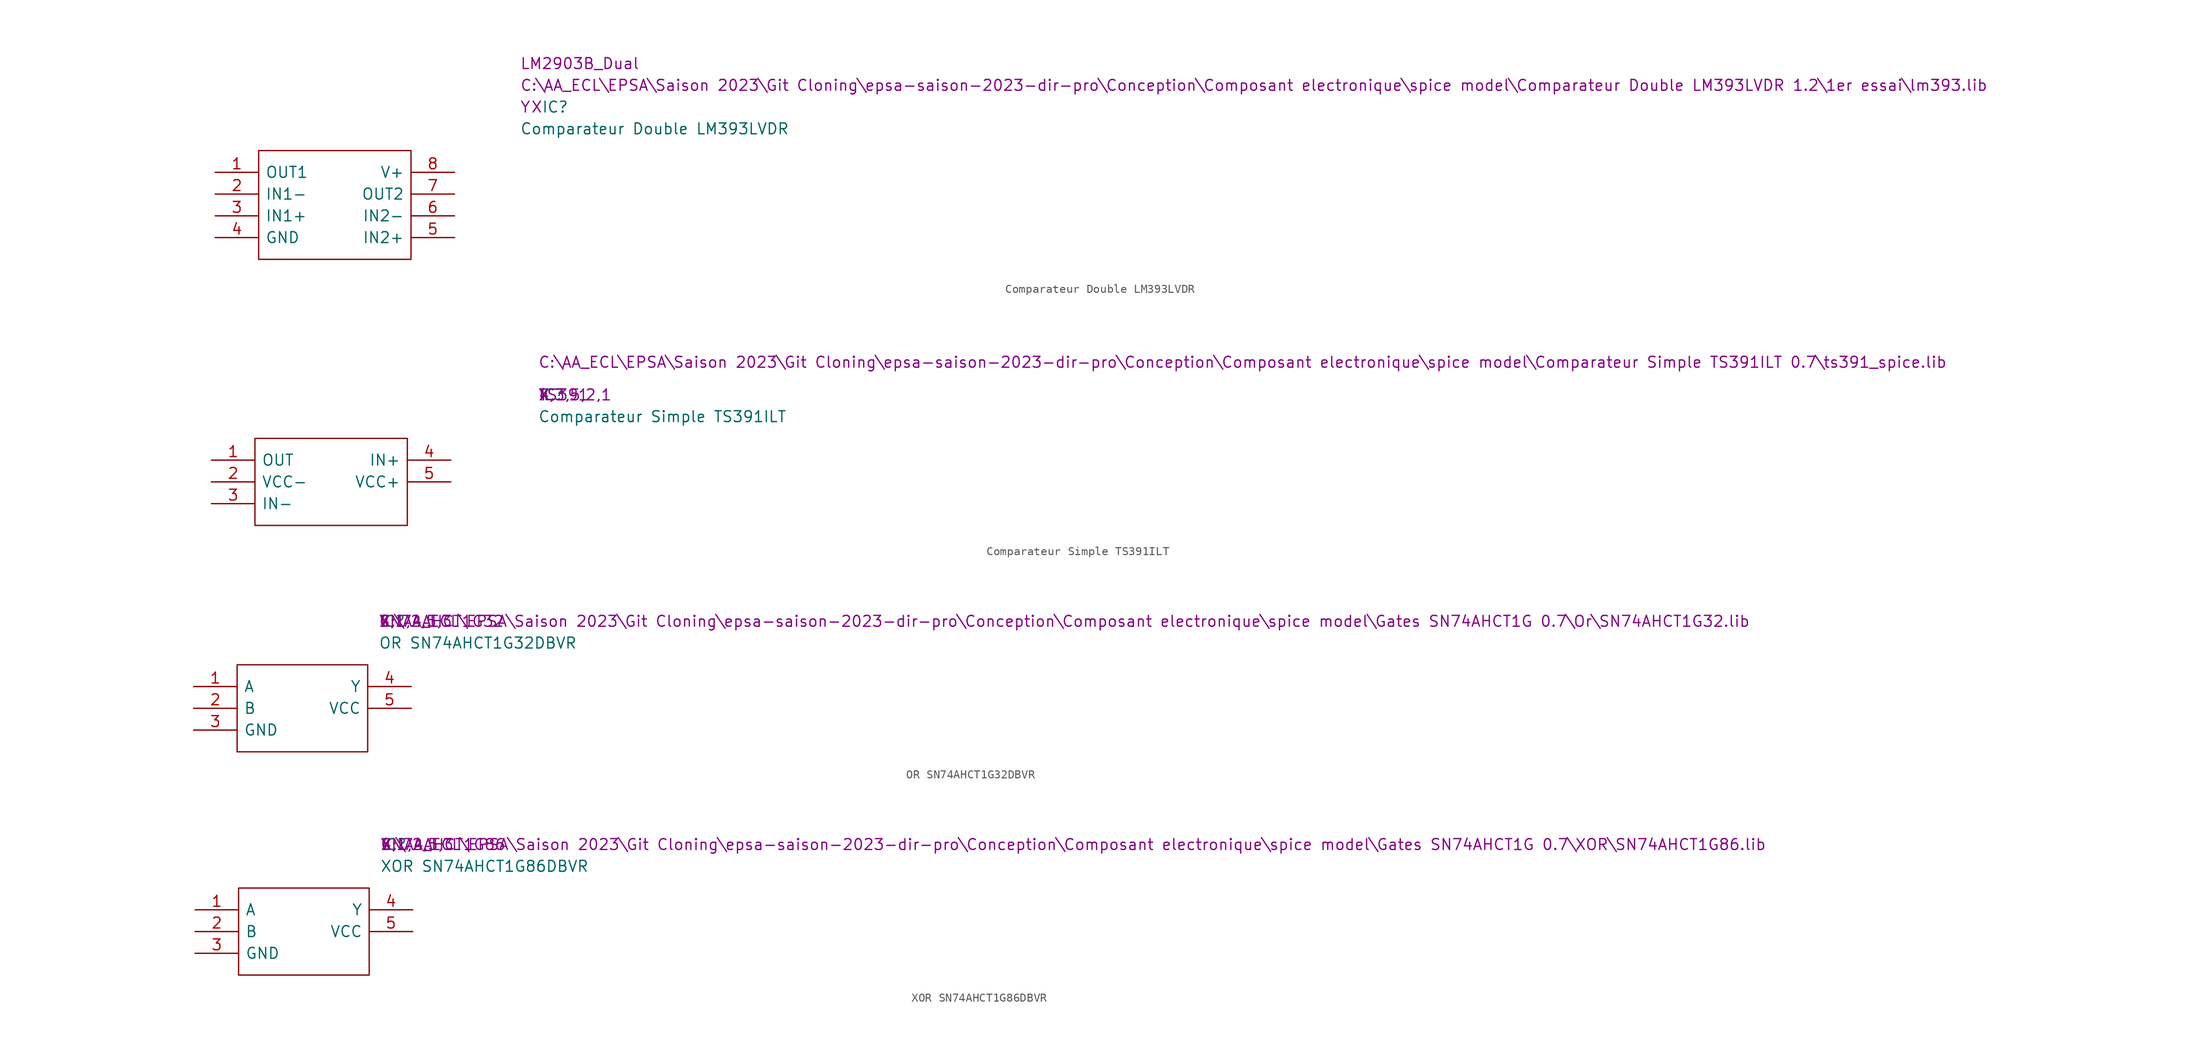
<source format=kicad_sym>
(kicad_symbol_lib
  (version 20211014)
  (generator kicad_symbol_editor)
  (symbol "Comparateur Double LM393LVDR"
    (pin_names
      (offset 0.762))
    (property "Reference" "IC"
      (at 38.1 7.62 0)
      (effects (font (size 1.27 1.27)) (justify left)))
    (property "Value" "Comparateur Double LM393LVDR"
      (at 35.56 5.08 0)
      (effects (font (size 1.27 1.27)) (justify left)))
    (property "Spice_Primitive" "X"
      (at 36.83 7.62 0)
      (effects (font (size 1.27 1.27)) (justify left)))
    (property "Spice_Model" "LM2903B_Dual"
      (at 35.56 12.7 0)
      (effects (font (size 1.27 1.27)) (justify left)))
    (property "Spice_Netlist_Enabled" "Y"
      (at 35.56 7.62 0)
      (effects (font (size 1.27 1.27)) (justify left)))
    (property "Spice_Lib_File" "C:\\AA_ECL\\EPSA\\Saison 2023\\Git Cloning\\epsa-saison-2023-dir-pro\\Conception\\Composant electronique\\spice model\\Comparateur Double LM393LVDR 1.2\\1er essai\\lm393.lib"
      (at 35.56 10.16 0)
      (effects (font (size 1.27 1.27)) (justify left)))
    (symbol "Comparateur Double LM393LVDR_0_0"
      (pin passive line (at 0 0 0) (length 5.08) (name "OUT1" (effects (font (size 1.27 1.27)))) (number "1" (effects (font (size 1.27 1.27)))))
      (pin passive line (at 0 -2.54 0) (length 5.08) (name "IN1-" (effects (font (size 1.27 1.27)))) (number "2" (effects (font (size 1.27 1.27)))))
      (pin passive line (at 0 -5.08 0) (length 5.08) (name "IN1+" (effects (font (size 1.27 1.27)))) (number "3" (effects (font (size 1.27 1.27)))))
      (pin passive line (at 0 -7.62 0) (length 5.08) (name "GND" (effects (font (size 1.27 1.27)))) (number "4" (effects (font (size 1.27 1.27)))))
      (pin passive line (at 27.94 -7.62 180) (length 5.08) (name "IN2+" (effects (font (size 1.27 1.27)))) (number "5" (effects (font (size 1.27 1.27)))))
      (pin passive line (at 27.94 -5.08 180) (length 5.08) (name "IN2-" (effects (font (size 1.27 1.27)))) (number "6" (effects (font (size 1.27 1.27)))))
      (pin passive line (at 27.94 -2.54 180) (length 5.08) (name "OUT2" (effects (font (size 1.27 1.27)))) (number "7" (effects (font (size 1.27 1.27)))))
      (pin passive line (at 27.94 0 180) (length 5.08) (name "V+" (effects (font (size 1.27 1.27)))) (number "8" (effects (font (size 1.27 1.27))))))
    (symbol "Comparateur Double LM393LVDR_0_1"
      (polyline (pts (xy 5.08 2.54) (xy 22.86 2.54) (xy 22.86 -10.16) (xy 5.08 -10.16) (xy 5.08 2.54)) (stroke (width 0.152) (type default) (color 0 0 0 0)) (fill (type none)))))
  (symbol "Comparateur Simple TS391ILT"
    (pin_names
      (offset 0.762))
    (property "Reference" "IC"
      (at 38.1 7.62 0)
      (effects (font (size 1.27 1.27)) (justify left)))
    (property "Value" "Comparateur Simple TS391ILT"
      (at 38.1 5.08 0)
      (effects (font (size 1.27 1.27)) (justify left)))
    (property "Spice_Primitive" "X"
      (at 38.1 7.62 0)
      (effects (font (size 1.27 1.27)) (justify left)))
    (property "Spice_Model" "TS391"
      (at 38.1 7.62 0)
      (effects (font (size 1.27 1.27)) (justify left)))
    (property "Spice_Netlist_Enabled" "Y"
      (at 38.1 7.62 0)
      (effects (font (size 1.27 1.27)) (justify left)))
    (property "Spice_Node_Sequence" "4,3,5,2,1"
      (at 38.1 7.62 0)
      (effects (font (size 1.27 1.27)) (justify left)))
    (property "Spice_Lib_File" "C:\\AA_ECL\\EPSA\\Saison 2023\\Git Cloning\\epsa-saison-2023-dir-pro\\Conception\\Composant electronique\\spice model\\Comparateur Simple TS391ILT 0.7\\ts391_spice.lib"
      (at 38.1 11.43 0)
      (effects (font (size 1.27 1.27)) (justify left)))
    (symbol "Comparateur Simple TS391ILT_0_0"
      (pin passive line (at 0 0 0) (length 5.08) (name "OUT" (effects (font (size 1.27 1.27)))) (number "1" (effects (font (size 1.27 1.27)))))
      (pin passive line (at 0 -2.54 0) (length 5.08) (name "VCC-" (effects (font (size 1.27 1.27)))) (number "2" (effects (font (size 1.27 1.27)))))
      (pin passive line (at 0 -5.08 0) (length 5.08) (name "IN-" (effects (font (size 1.27 1.27)))) (number "3" (effects (font (size 1.27 1.27)))))
      (pin passive line (at 27.94 0 180) (length 5.08) (name "IN+" (effects (font (size 1.27 1.27)))) (number "4" (effects (font (size 1.27 1.27)))))
      (pin passive line (at 27.94 -2.54 180) (length 5.08) (name "VCC+" (effects (font (size 1.27 1.27)))) (number "5" (effects (font (size 1.27 1.27))))))
    (symbol "Comparateur Simple TS391ILT_0_1"
      (polyline (pts (xy 5.08 2.54) (xy 22.86 2.54) (xy 22.86 -7.62) (xy 5.08 -7.62) (xy 5.08 2.54)) (stroke (width 0.152) (type default) (color 0 0 0 0)) (fill (type none)))))
  (symbol "OR SN74AHCT1G32DBVR"
    (pin_names
      (offset 0.762))
    (property "Reference" "IC"
      (at 21.59 7.62 0)
      (effects (font (size 1.27 1.27)) (justify left)))
    (property "Value" "OR SN74AHCT1G32DBVR"
      (at 21.59 5.08 0)
      (effects (font (size 1.27 1.27)) (justify left)))
    (property "Spice_Primitive" "X"
      (at 21.59 7.62 0)
      (effects (font (size 1.27 1.27)) (justify left)))
    (property "Spice_Model" "SN74AHCT1G32"
      (at 21.59 7.62 0)
      (effects (font (size 1.27 1.27)) (justify left)))
    (property "Spice_Netlist_Enabled" "Y"
      (at 21.59 7.62 0)
      (effects (font (size 1.27 1.27)) (justify left)))
    (property "Spice_Node_Sequence" "4,1,2,5,3"
      (at 21.59 7.62 0)
      (effects (font (size 1.27 1.27)) (justify left)))
    (property "Spice_Lib_File" "C:\\AA_ECL\\EPSA\\Saison 2023\\Git Cloning\\epsa-saison-2023-dir-pro\\Conception\\Composant electronique\\spice model\\Gates SN74AHCT1G 0.7\\Or\\SN74AHCT1G32.lib"
      (at 21.59 7.62 0)
      (effects (font (size 1.27 1.27)) (justify left)))
    (symbol "OR SN74AHCT1G32DBVR_0_0"
      (pin passive line (at 0 0 0) (length 5.08) (name "A" (effects (font (size 1.27 1.27)))) (number "1" (effects (font (size 1.27 1.27)))))
      (pin passive line (at 0 -2.54 0) (length 5.08) (name "B" (effects (font (size 1.27 1.27)))) (number "2" (effects (font (size 1.27 1.27)))))
      (pin passive line (at 0 -5.08 0) (length 5.08) (name "GND" (effects (font (size 1.27 1.27)))) (number "3" (effects (font (size 1.27 1.27)))))
      (pin passive line (at 25.4 0 180) (length 5.08) (name "Y" (effects (font (size 1.27 1.27)))) (number "4" (effects (font (size 1.27 1.27)))))
      (pin passive line (at 25.4 -2.54 180) (length 5.08) (name "VCC" (effects (font (size 1.27 1.27)))) (number "5" (effects (font (size 1.27 1.27))))))
    (symbol "OR SN74AHCT1G32DBVR_0_1"
      (polyline (pts (xy 5.08 2.54) (xy 20.32 2.54) (xy 20.32 -7.62) (xy 5.08 -7.62) (xy 5.08 2.54)) (stroke (width 0.152) (type default) (color 0 0 0 0)) (fill (type none)))))
  (symbol "XOR SN74AHCT1G86DBVR"
    (pin_names
      (offset 0.762))
    (property "Reference" "IC"
      (at 21.59 7.62 0)
      (effects (font (size 1.27 1.27)) (justify left)))
    (property "Value" "XOR SN74AHCT1G86DBVR"
      (at 21.59 5.08 0)
      (effects (font (size 1.27 1.27)) (justify left)))
    (property "Spice_Primitive" "X"
      (at 21.59 7.62 0)
      (effects (font (size 1.27 1.27)) (justify left)))
    (property "Spice_Model" "SN74AHCT1G86"
      (at 21.59 7.62 0)
      (effects (font (size 1.27 1.27)) (justify left)))
    (property "Spice_Netlist_Enabled" "Y"
      (at 21.59 7.62 0)
      (effects (font (size 1.27 1.27)) (justify left)))
    (property "Spice_Node_Sequence" "4,1,2,5,3"
      (at 21.59 7.62 0)
      (effects (font (size 1.27 1.27)) (justify left)))
    (property "Spice_Lib_File" "C:\\AA_ECL\\EPSA\\Saison 2023\\Git Cloning\\epsa-saison-2023-dir-pro\\Conception\\Composant electronique\\spice model\\Gates SN74AHCT1G 0.7\\XOR\\SN74AHCT1G86.lib"
      (at 21.59 7.62 0)
      (effects (font (size 1.27 1.27)) (justify left)))
    (symbol "XOR SN74AHCT1G86DBVR_0_0"
      (pin passive line (at 0 0 0) (length 5.08) (name "A" (effects (font (size 1.27 1.27)))) (number "1" (effects (font (size 1.27 1.27)))))
      (pin passive line (at 0 -2.54 0) (length 5.08) (name "B" (effects (font (size 1.27 1.27)))) (number "2" (effects (font (size 1.27 1.27)))))
      (pin passive line (at 0 -5.08 0) (length 5.08) (name "GND" (effects (font (size 1.27 1.27)))) (number "3" (effects (font (size 1.27 1.27)))))
      (pin passive line (at 25.4 0 180) (length 5.08) (name "Y" (effects (font (size 1.27 1.27)))) (number "4" (effects (font (size 1.27 1.27)))))
      (pin passive line (at 25.4 -2.54 180) (length 5.08) (name "VCC" (effects (font (size 1.27 1.27)))) (number "5" (effects (font (size 1.27 1.27))))))
    (symbol "XOR SN74AHCT1G86DBVR_0_1"
      (polyline (pts (xy 5.08 2.54) (xy 20.32 2.54) (xy 20.32 -7.62) (xy 5.08 -7.62) (xy 5.08 2.54)) (stroke (width 0.152) (type default) (color 0 0 0 0)) (fill (type none))))))
</source>
